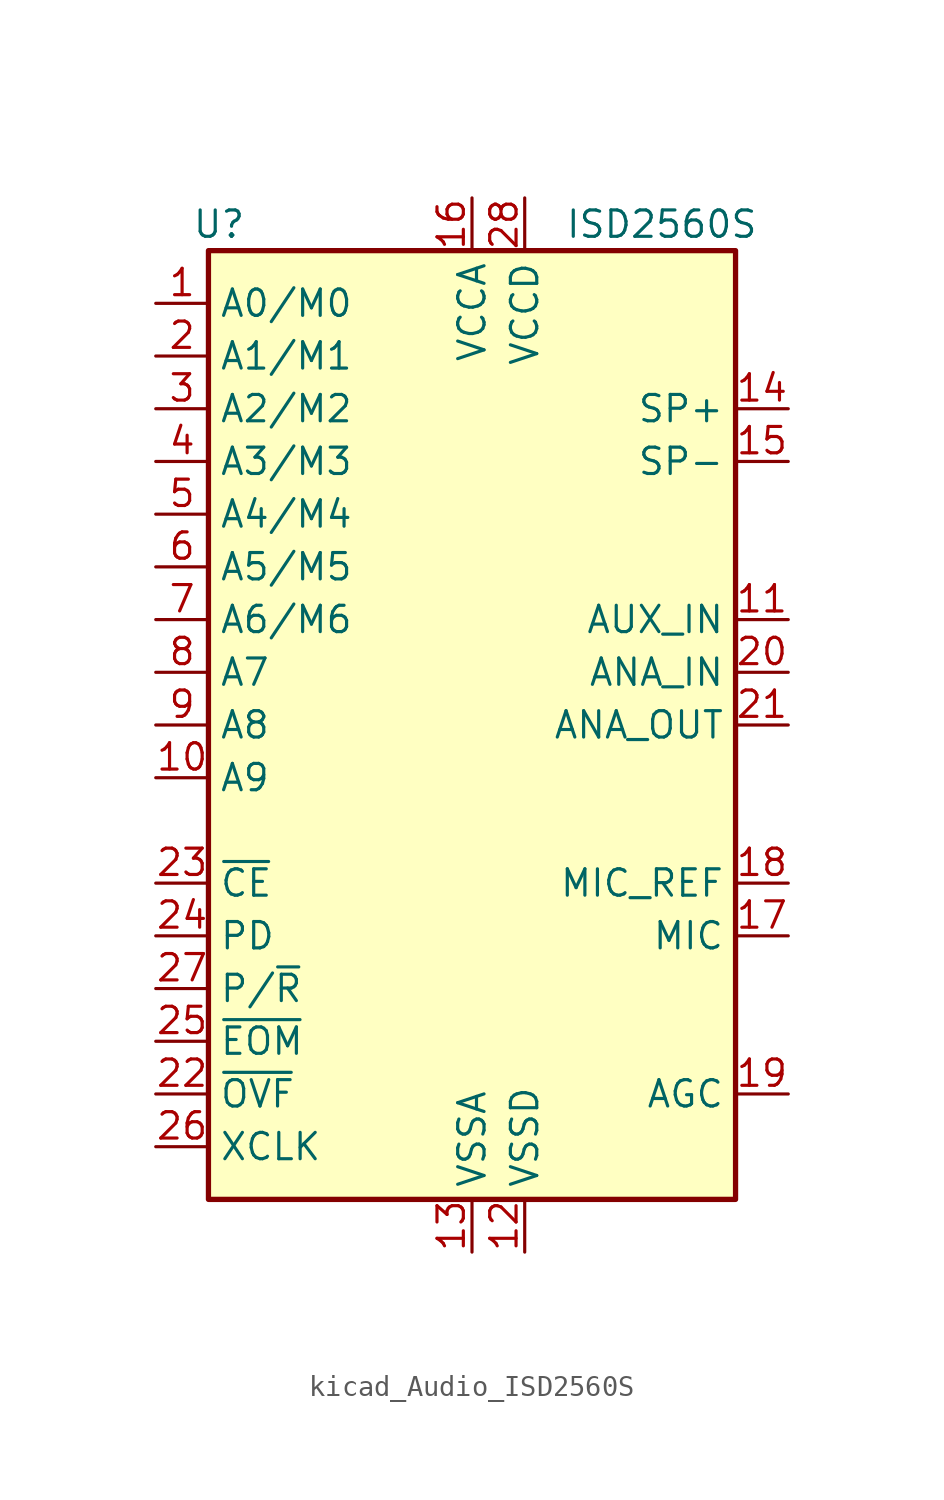
<source format=kicad_sym>
(kicad_symbol_lib
  (version 20220914)
  (generator kicad_symbol_editor)
  (symbol "kicad_Audio_ISD2560S"
    (property "Reference" "U"
      (at -12.192 24.13 0)
      (effects (font (size 1.27 1.27))))
    (property "Value" "ISD2560S"
      (at 9.144 24.13 0)
      (effects (font (size 1.27 1.27))))
    (symbol "kicad_Audio_ISD2560S_0_1"
      (rectangle (start -12.7 22.86) (end 12.7 -22.86) (stroke (width 0.254) (type default)) (fill (type background))))
    (symbol "kicad_Audio_ISD2560S_1_1"
      (pin input line (at -15.24 20.32 0) (length 2.54) (name "A0/M0" (effects (font (size 1.27 1.27)))) (number "1" (effects (font (size 1.27 1.27)))))
      (pin input line (at -15.24 -2.54 0) (length 2.54) (name "A9" (effects (font (size 1.27 1.27)))) (number "10" (effects (font (size 1.27 1.27)))))
      (pin input line (at 15.24 5.08 180) (length 2.54) (name "AUX_IN" (effects (font (size 1.27 1.27)))) (number "11" (effects (font (size 1.27 1.27)))))
      (pin power_in line (at 2.54 -25.4 90) (length 2.54) (name "VSSD" (effects (font (size 1.27 1.27)))) (number "12" (effects (font (size 1.27 1.27)))))
      (pin power_in line (at 0 -25.4 90) (length 2.54) (name "VSSA" (effects (font (size 1.27 1.27)))) (number "13" (effects (font (size 1.27 1.27)))))
      (pin output line (at 15.24 15.24 180) (length 2.54) (name "SP+" (effects (font (size 1.27 1.27)))) (number "14" (effects (font (size 1.27 1.27)))))
      (pin output line (at 15.24 12.7 180) (length 2.54) (name "SP-" (effects (font (size 1.27 1.27)))) (number "15" (effects (font (size 1.27 1.27)))))
      (pin power_in line (at 0 25.4 270) (length 2.54) (name "VCCA" (effects (font (size 1.27 1.27)))) (number "16" (effects (font (size 1.27 1.27)))))
      (pin input line (at 15.24 -10.16 180) (length 2.54) (name "MIC" (effects (font (size 1.27 1.27)))) (number "17" (effects (font (size 1.27 1.27)))))
      (pin passive line (at 15.24 -7.62 180) (length 2.54) (name "MIC_REF" (effects (font (size 1.27 1.27)))) (number "18" (effects (font (size 1.27 1.27)))))
      (pin passive line (at 15.24 -17.78 180) (length 2.54) (name "AGC" (effects (font (size 1.27 1.27)))) (number "19" (effects (font (size 1.27 1.27)))))
      (pin input line (at -15.24 17.78 0) (length 2.54) (name "A1/M1" (effects (font (size 1.27 1.27)))) (number "2" (effects (font (size 1.27 1.27)))))
      (pin input line (at 15.24 2.54 180) (length 2.54) (name "ANA_IN" (effects (font (size 1.27 1.27)))) (number "20" (effects (font (size 1.27 1.27)))))
      (pin output line (at 15.24 0 180) (length 2.54) (name "ANA_OUT" (effects (font (size 1.27 1.27)))) (number "21" (effects (font (size 1.27 1.27)))))
      (pin output line (at -15.24 -17.78 0) (length 2.54) (name "~{OVF}" (effects (font (size 1.27 1.27)))) (number "22" (effects (font (size 1.27 1.27)))))
      (pin input line (at -15.24 -7.62 0) (length 2.54) (name "~{CE}" (effects (font (size 1.27 1.27)))) (number "23" (effects (font (size 1.27 1.27)))))
      (pin input line (at -15.24 -10.16 0) (length 2.54) (name "PD" (effects (font (size 1.27 1.27)))) (number "24" (effects (font (size 1.27 1.27)))))
      (pin output line (at -15.24 -15.24 0) (length 2.54) (name "~{EOM}" (effects (font (size 1.27 1.27)))) (number "25" (effects (font (size 1.27 1.27)))))
      (pin input line (at -15.24 -20.32 0) (length 2.54) (name "XCLK" (effects (font (size 1.27 1.27)))) (number "26" (effects (font (size 1.27 1.27)))))
      (pin input line (at -15.24 -12.7 0) (length 2.54) (name "P/~{R}" (effects (font (size 1.27 1.27)))) (number "27" (effects (font (size 1.27 1.27)))))
      (pin power_in line (at 2.54 25.4 270) (length 2.54) (name "VCCD" (effects (font (size 1.27 1.27)))) (number "28" (effects (font (size 1.27 1.27)))))
      (pin input line (at -15.24 15.24 0) (length 2.54) (name "A2/M2" (effects (font (size 1.27 1.27)))) (number "3" (effects (font (size 1.27 1.27)))))
      (pin input line (at -15.24 12.7 0) (length 2.54) (name "A3/M3" (effects (font (size 1.27 1.27)))) (number "4" (effects (font (size 1.27 1.27)))))
      (pin input line (at -15.24 10.16 0) (length 2.54) (name "A4/M4" (effects (font (size 1.27 1.27)))) (number "5" (effects (font (size 1.27 1.27)))))
      (pin input line (at -15.24 7.62 0) (length 2.54) (name "A5/M5" (effects (font (size 1.27 1.27)))) (number "6" (effects (font (size 1.27 1.27)))))
      (pin input line (at -15.24 5.08 0) (length 2.54) (name "A6/M6" (effects (font (size 1.27 1.27)))) (number "7" (effects (font (size 1.27 1.27)))))
      (pin input line (at -15.24 2.54 0) (length 2.54) (name "A7" (effects (font (size 1.27 1.27)))) (number "8" (effects (font (size 1.27 1.27)))))
      (pin input line (at -15.24 0 0) (length 2.54) (name "A8" (effects (font (size 1.27 1.27)))) (number "9" (effects (font (size 1.27 1.27))))))))
</source>
